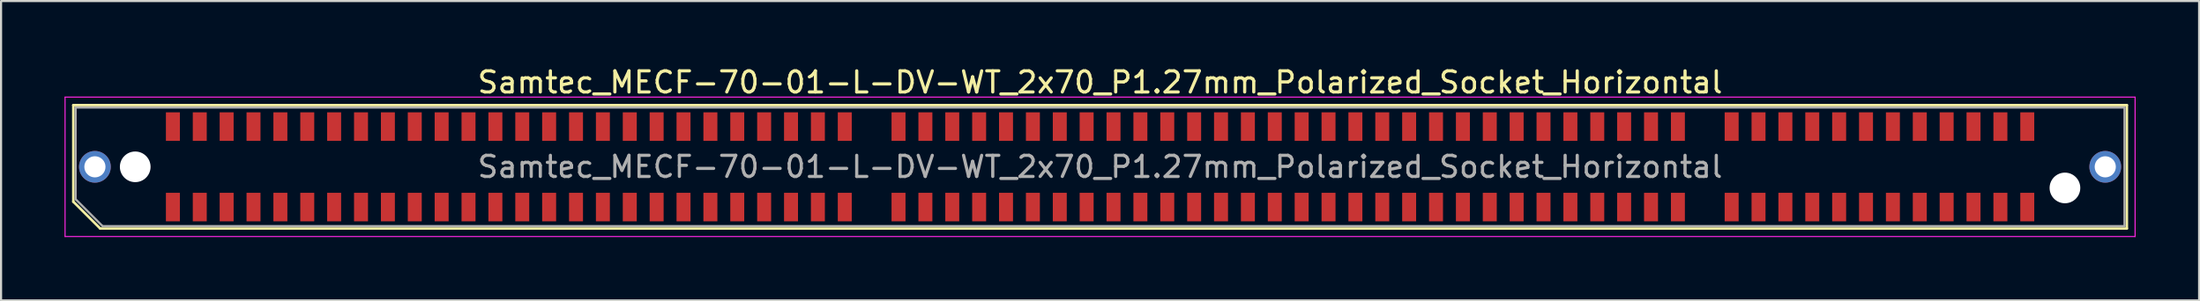
<source format=kicad_pcb>
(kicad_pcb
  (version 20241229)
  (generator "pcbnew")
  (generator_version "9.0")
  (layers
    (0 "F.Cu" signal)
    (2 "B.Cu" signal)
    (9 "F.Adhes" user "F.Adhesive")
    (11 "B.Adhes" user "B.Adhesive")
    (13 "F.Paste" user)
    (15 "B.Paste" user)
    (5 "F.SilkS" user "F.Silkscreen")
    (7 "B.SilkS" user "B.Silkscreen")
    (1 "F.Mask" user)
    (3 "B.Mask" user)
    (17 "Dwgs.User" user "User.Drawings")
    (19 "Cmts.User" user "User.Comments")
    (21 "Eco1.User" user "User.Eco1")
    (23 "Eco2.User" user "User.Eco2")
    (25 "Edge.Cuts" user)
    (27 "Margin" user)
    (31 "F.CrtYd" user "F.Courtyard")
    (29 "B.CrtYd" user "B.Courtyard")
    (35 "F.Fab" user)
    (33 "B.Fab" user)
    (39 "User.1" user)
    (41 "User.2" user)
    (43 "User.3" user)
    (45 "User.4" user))
  (footprint "Samtec_MECF-70-01-L-DV-WT_2x70_P1.27mm_Polarized_Socket_Horizontal"
    (layer "F.Cu")
    (at 48.935 4.848)
    (property "Reference" "Samtec_MECF-70-01-L-DV-WT_2x70_P1.27mm_Polarized_Socket_Horizontal" (at 0 -4 0) (layer "F.SilkS") (effects (font (size 1 1) (thickness 0.15))))
    (attr smd)
    (fp_line (start -48.52 -2.92) (end 48.52 -2.92) (stroke (width 0.12) (type solid)) (layer "F.SilkS"))
    (fp_line (start -48.52 1.65) (end -48.52 -2.92) (stroke (width 0.12) (type solid)) (layer "F.SilkS"))
    (fp_line (start -47.25 2.92) (end -48.52 1.65) (stroke (width 0.12) (type solid)) (layer "F.SilkS"))
    (fp_line (start -47.25 2.92) (end 48.52 2.92) (stroke (width 0.12) (type solid)) (layer "F.SilkS"))
    (fp_line (start 48.52 2.92) (end 48.52 -2.92) (stroke (width 0.12) (type solid)) (layer "F.SilkS"))
    (fp_line (start -48.91 -3.3) (end -48.91 3.3) (stroke (width 0.05) (type solid)) (layer "F.CrtYd"))
    (fp_line (start -48.91 3.3) (end 48.91 3.3) (stroke (width 0.05) (type solid)) (layer "F.CrtYd"))
    (fp_line (start 48.91 -3.3) (end -48.91 -3.3) (stroke (width 0.05) (type solid)) (layer "F.CrtYd"))
    (fp_line (start 48.91 3.3) (end 48.91 -3.3) (stroke (width 0.05) (type solid)) (layer "F.CrtYd"))
    (fp_line (start -48.41 -2.805) (end 48.41 -2.805) (stroke (width 0.1) (type solid)) (layer "F.Fab"))
    (fp_line (start -48.41 1.535) (end -48.41 -2.805) (stroke (width 0.1) (type solid)) (layer "F.Fab"))
    (fp_line (start -48.41 1.535) (end -47.14 2.805) (stroke (width 0.1) (type solid)) (layer "F.Fab"))
    (fp_line (start -47.14 2.805) (end 48.41 2.805) (stroke (width 0.1) (type solid)) (layer "F.Fab"))
    (fp_line (start 48.41 2.805) (end 48.41 -2.805) (stroke (width 0.1) (type solid)) (layer "F.Fab"))
    (fp_text user "${REFERENCE}" (at 0 0 0) (layer "F.Fab") (effects (font (size 1 1) (thickness 0.15))))
    (pad "" thru_hole circle (at -47.5 0) (size 1.5 1.5) (drill 1) (layers "*.Cu" "*.Mask"))
    (pad "" np_thru_hole circle (at -45.595 0) (size 1.45 1.45) (drill 1.45) (layers "*.Cu" "*.Mask"))
    (pad "" np_thru_hole circle (at 45.595 1) (size 1.45 1.45) (drill 1.45) (layers "*.Cu" "*.Mask"))
    (pad "" thru_hole circle (at 47.5 0) (size 1.5 1.5) (drill 1) (layers "*.Cu" "*.Mask"))
    (pad "1" smd rect (at -43.815 1.905) (size 0.66 1.35) (layers "F.Cu" "F.Mask" "F.Paste"))
    (pad "2" smd rect (at -43.815 -1.905) (size 0.66 1.35) (layers "F.Cu" "F.Mask" "F.Paste"))
    (pad "3" smd rect (at -42.545 1.905) (size 0.66 1.35) (layers "F.Cu" "F.Mask" "F.Paste"))
    (pad "4" smd rect (at -42.545 -1.905) (size 0.66 1.35) (layers "F.Cu" "F.Mask" "F.Paste"))
    (pad "5" smd rect (at -41.275 1.905) (size 0.66 1.35) (layers "F.Cu" "F.Mask" "F.Paste"))
    (pad "6" smd rect (at -41.275 -1.905) (size 0.66 1.35) (layers "F.Cu" "F.Mask" "F.Paste"))
    (pad "7" smd rect (at -40.005 1.905) (size 0.66 1.35) (layers "F.Cu" "F.Mask" "F.Paste"))
    (pad "8" smd rect (at -40.005 -1.905) (size 0.66 1.35) (layers "F.Cu" "F.Mask" "F.Paste"))
    (pad "9" smd rect (at -38.735 1.905) (size 0.66 1.35) (layers "F.Cu" "F.Mask" "F.Paste"))
    (pad "10" smd rect (at -38.735 -1.905) (size 0.66 1.35) (layers "F.Cu" "F.Mask" "F.Paste"))
    (pad "11" smd rect (at -37.465 1.905) (size 0.66 1.35) (layers "F.Cu" "F.Mask" "F.Paste"))
    (pad "12" smd rect (at -37.465 -1.905) (size 0.66 1.35) (layers "F.Cu" "F.Mask" "F.Paste"))
    (pad "13" smd rect (at -36.195 1.905) (size 0.66 1.35) (layers "F.Cu" "F.Mask" "F.Paste"))
    (pad "14" smd rect (at -36.195 -1.905) (size 0.66 1.35) (layers "F.Cu" "F.Mask" "F.Paste"))
    (pad "15" smd rect (at -34.925 1.905) (size 0.66 1.35) (layers "F.Cu" "F.Mask" "F.Paste"))
    (pad "16" smd rect (at -34.925 -1.905) (size 0.66 1.35) (layers "F.Cu" "F.Mask" "F.Paste"))
    (pad "17" smd rect (at -33.655 1.905) (size 0.66 1.35) (layers "F.Cu" "F.Mask" "F.Paste"))
    (pad "18" smd rect (at -33.655 -1.905) (size 0.66 1.35) (layers "F.Cu" "F.Mask" "F.Paste"))
    (pad "19" smd rect (at -32.385 1.905) (size 0.66 1.35) (layers "F.Cu" "F.Mask" "F.Paste"))
    (pad "20" smd rect (at -32.385 -1.905) (size 0.66 1.35) (layers "F.Cu" "F.Mask" "F.Paste"))
    (pad "21" smd rect (at -31.115 1.905) (size 0.66 1.35) (layers "F.Cu" "F.Mask" "F.Paste"))
    (pad "22" smd rect (at -31.115 -1.905) (size 0.66 1.35) (layers "F.Cu" "F.Mask" "F.Paste"))
    (pad "23" smd rect (at -29.845 1.905) (size 0.66 1.35) (layers "F.Cu" "F.Mask" "F.Paste"))
    (pad "24" smd rect (at -29.845 -1.905) (size 0.66 1.35) (layers "F.Cu" "F.Mask" "F.Paste"))
    (pad "25" smd rect (at -28.575 1.905) (size 0.66 1.35) (layers "F.Cu" "F.Mask" "F.Paste"))
    (pad "26" smd rect (at -28.575 -1.905) (size 0.66 1.35) (layers "F.Cu" "F.Mask" "F.Paste"))
    (pad "27" smd rect (at -27.305 1.905) (size 0.66 1.35) (layers "F.Cu" "F.Mask" "F.Paste"))
    (pad "28" smd rect (at -27.305 -1.905) (size 0.66 1.35) (layers "F.Cu" "F.Mask" "F.Paste"))
    (pad "29" smd rect (at -26.035 1.905) (size 0.66 1.35) (layers "F.Cu" "F.Mask" "F.Paste"))
    (pad "30" smd rect (at -26.035 -1.905) (size 0.66 1.35) (layers "F.Cu" "F.Mask" "F.Paste"))
    (pad "31" smd rect (at -24.765 1.905) (size 0.66 1.35) (layers "F.Cu" "F.Mask" "F.Paste"))
    (pad "32" smd rect (at -24.765 -1.905) (size 0.66 1.35) (layers "F.Cu" "F.Mask" "F.Paste"))
    (pad "33" smd rect (at -23.495 1.905) (size 0.66 1.35) (layers "F.Cu" "F.Mask" "F.Paste"))
    (pad "34" smd rect (at -23.495 -1.905) (size 0.66 1.35) (layers "F.Cu" "F.Mask" "F.Paste"))
    (pad "35" smd rect (at -22.225 1.905) (size 0.66 1.35) (layers "F.Cu" "F.Mask" "F.Paste"))
    (pad "36" smd rect (at -22.225 -1.905) (size 0.66 1.35) (layers "F.Cu" "F.Mask" "F.Paste"))
    (pad "37" smd rect (at -20.955 1.905) (size 0.66 1.35) (layers "F.Cu" "F.Mask" "F.Paste"))
    (pad "38" smd rect (at -20.955 -1.905) (size 0.66 1.35) (layers "F.Cu" "F.Mask" "F.Paste"))
    (pad "39" smd rect (at -19.685 1.905) (size 0.66 1.35) (layers "F.Cu" "F.Mask" "F.Paste"))
    (pad "40" smd rect (at -19.685 -1.905) (size 0.66 1.35) (layers "F.Cu" "F.Mask" "F.Paste"))
    (pad "41" smd rect (at -18.415 1.905) (size 0.66 1.35) (layers "F.Cu" "F.Mask" "F.Paste"))
    (pad "42" smd rect (at -18.415 -1.905) (size 0.66 1.35) (layers "F.Cu" "F.Mask" "F.Paste"))
    (pad "43" smd rect (at -17.145 1.905) (size 0.66 1.35) (layers "F.Cu" "F.Mask" "F.Paste"))
    (pad "44" smd rect (at -17.145 -1.905) (size 0.66 1.35) (layers "F.Cu" "F.Mask" "F.Paste"))
    (pad "45" smd rect (at -15.875 1.905) (size 0.66 1.35) (layers "F.Cu" "F.Mask" "F.Paste"))
    (pad "46" smd rect (at -15.875 -1.905) (size 0.66 1.35) (layers "F.Cu" "F.Mask" "F.Paste"))
    (pad "47" smd rect (at -14.605 1.905) (size 0.66 1.35) (layers "F.Cu" "F.Mask" "F.Paste"))
    (pad "48" smd rect (at -14.605 -1.905) (size 0.66 1.35) (layers "F.Cu" "F.Mask" "F.Paste"))
    (pad "49" smd rect (at -13.335 1.905) (size 0.66 1.35) (layers "F.Cu" "F.Mask" "F.Paste"))
    (pad "50" smd rect (at -13.335 -1.905) (size 0.66 1.35) (layers "F.Cu" "F.Mask" "F.Paste"))
    (pad "51" smd rect (at -12.065 1.905) (size 0.66 1.35) (layers "F.Cu" "F.Mask" "F.Paste"))
    (pad "52" smd rect (at -12.065 -1.905) (size 0.66 1.35) (layers "F.Cu" "F.Mask" "F.Paste"))
    (pad "55" smd rect (at -9.525 1.905) (size 0.66 1.35) (layers "F.Cu" "F.Mask" "F.Paste"))
    (pad "56" smd rect (at -9.525 -1.905) (size 0.66 1.35) (layers "F.Cu" "F.Mask" "F.Paste"))
    (pad "57" smd rect (at -8.255 1.905) (size 0.66 1.35) (layers "F.Cu" "F.Mask" "F.Paste"))
    (pad "58" smd rect (at -8.255 -1.905) (size 0.66 1.35) (layers "F.Cu" "F.Mask" "F.Paste"))
    (pad "59" smd rect (at -6.985 1.905) (size 0.66 1.35) (layers "F.Cu" "F.Mask" "F.Paste"))
    (pad "60" smd rect (at -6.985 -1.905) (size 0.66 1.35) (layers "F.Cu" "F.Mask" "F.Paste"))
    (pad "61" smd rect (at -5.715 1.905) (size 0.66 1.35) (layers "F.Cu" "F.Mask" "F.Paste"))
    (pad "62" smd rect (at -5.715 -1.905) (size 0.66 1.35) (layers "F.Cu" "F.Mask" "F.Paste"))
    (pad "63" smd rect (at -4.445 1.905) (size 0.66 1.35) (layers "F.Cu" "F.Mask" "F.Paste"))
    (pad "64" smd rect (at -4.445 -1.905) (size 0.66 1.35) (layers "F.Cu" "F.Mask" "F.Paste"))
    (pad "65" smd rect (at -3.175 1.905) (size 0.66 1.35) (layers "F.Cu" "F.Mask" "F.Paste"))
    (pad "66" smd rect (at -3.175 -1.905) (size 0.66 1.35) (layers "F.Cu" "F.Mask" "F.Paste"))
    (pad "67" smd rect (at -1.905 1.905) (size 0.66 1.35) (layers "F.Cu" "F.Mask" "F.Paste"))
    (pad "68" smd rect (at -1.905 -1.905) (size 0.66 1.35) (layers "F.Cu" "F.Mask" "F.Paste"))
    (pad "69" smd rect (at -0.635 1.905) (size 0.66 1.35) (layers "F.Cu" "F.Mask" "F.Paste"))
    (pad "70" smd rect (at -0.635 -1.905) (size 0.66 1.35) (layers "F.Cu" "F.Mask" "F.Paste"))
    (pad "71" smd rect (at 0.635 1.905) (size 0.66 1.35) (layers "F.Cu" "F.Mask" "F.Paste"))
    (pad "72" smd rect (at 0.635 -1.905) (size 0.66 1.35) (layers "F.Cu" "F.Mask" "F.Paste"))
    (pad "73" smd rect (at 1.905 1.905) (size 0.66 1.35) (layers "F.Cu" "F.Mask" "F.Paste"))
    (pad "74" smd rect (at 1.905 -1.905) (size 0.66 1.35) (layers "F.Cu" "F.Mask" "F.Paste"))
    (pad "75" smd rect (at 3.175 1.905) (size 0.66 1.35) (layers "F.Cu" "F.Mask" "F.Paste"))
    (pad "76" smd rect (at 3.175 -1.905) (size 0.66 1.35) (layers "F.Cu" "F.Mask" "F.Paste"))
    (pad "77" smd rect (at 4.445 1.905) (size 0.66 1.35) (layers "F.Cu" "F.Mask" "F.Paste"))
    (pad "78" smd rect (at 4.445 -1.905) (size 0.66 1.35) (layers "F.Cu" "F.Mask" "F.Paste"))
    (pad "79" smd rect (at 5.715 1.905) (size 0.66 1.35) (layers "F.Cu" "F.Mask" "F.Paste"))
    (pad "80" smd rect (at 5.715 -1.905) (size 0.66 1.35) (layers "F.Cu" "F.Mask" "F.Paste"))
    (pad "81" smd rect (at 6.985 1.905) (size 0.66 1.35) (layers "F.Cu" "F.Mask" "F.Paste"))
    (pad "82" smd rect (at 6.985 -1.905) (size 0.66 1.35) (layers "F.Cu" "F.Mask" "F.Paste"))
    (pad "83" smd rect (at 8.255 1.905) (size 0.66 1.35) (layers "F.Cu" "F.Mask" "F.Paste"))
    (pad "84" smd rect (at 8.255 -1.905) (size 0.66 1.35) (layers "F.Cu" "F.Mask" "F.Paste"))
    (pad "85" smd rect (at 9.525 1.905) (size 0.66 1.35) (layers "F.Cu" "F.Mask" "F.Paste"))
    (pad "86" smd rect (at 9.525 -1.905) (size 0.66 1.35) (layers "F.Cu" "F.Mask" "F.Paste"))
    (pad "87" smd rect (at 10.795 1.905) (size 0.66 1.35) (layers "F.Cu" "F.Mask" "F.Paste"))
    (pad "88" smd rect (at 10.795 -1.905) (size 0.66 1.35) (layers "F.Cu" "F.Mask" "F.Paste"))
    (pad "89" smd rect (at 12.065 1.905) (size 0.66 1.35) (layers "F.Cu" "F.Mask" "F.Paste"))
    (pad "90" smd rect (at 12.065 -1.905) (size 0.66 1.35) (layers "F.Cu" "F.Mask" "F.Paste"))
    (pad "91" smd rect (at 13.335 1.905) (size 0.66 1.35) (layers "F.Cu" "F.Mask" "F.Paste"))
    (pad "92" smd rect (at 13.335 -1.905) (size 0.66 1.35) (layers "F.Cu" "F.Mask" "F.Paste"))
    (pad "93" smd rect (at 14.605 1.905) (size 0.66 1.35) (layers "F.Cu" "F.Mask" "F.Paste"))
    (pad "94" smd rect (at 14.605 -1.905) (size 0.66 1.35) (layers "F.Cu" "F.Mask" "F.Paste"))
    (pad "95" smd rect (at 15.875 1.905) (size 0.66 1.35) (layers "F.Cu" "F.Mask" "F.Paste"))
    (pad "96" smd rect (at 15.875 -1.905) (size 0.66 1.35) (layers "F.Cu" "F.Mask" "F.Paste"))
    (pad "97" smd rect (at 17.145 1.905) (size 0.66 1.35) (layers "F.Cu" "F.Mask" "F.Paste"))
    (pad "98" smd rect (at 17.145 -1.905) (size 0.66 1.35) (layers "F.Cu" "F.Mask" "F.Paste"))
    (pad "99" smd rect (at 18.415 1.905) (size 0.66 1.35) (layers "F.Cu" "F.Mask" "F.Paste"))
    (pad "100" smd rect (at 18.415 -1.905) (size 0.66 1.35) (layers "F.Cu" "F.Mask" "F.Paste"))
    (pad "101" smd rect (at 19.685 1.905) (size 0.66 1.35) (layers "F.Cu" "F.Mask" "F.Paste"))
    (pad "102" smd rect (at 19.685 -1.905) (size 0.66 1.35) (layers "F.Cu" "F.Mask" "F.Paste"))
    (pad "103" smd rect (at 20.955 1.905) (size 0.66 1.35) (layers "F.Cu" "F.Mask" "F.Paste"))
    (pad "104" smd rect (at 20.955 -1.905) (size 0.66 1.35) (layers "F.Cu" "F.Mask" "F.Paste"))
    (pad "105" smd rect (at 22.225 1.905) (size 0.66 1.35) (layers "F.Cu" "F.Mask" "F.Paste"))
    (pad "106" smd rect (at 22.225 -1.905) (size 0.66 1.35) (layers "F.Cu" "F.Mask" "F.Paste"))
    (pad "107" smd rect (at 23.495 1.905) (size 0.66 1.35) (layers "F.Cu" "F.Mask" "F.Paste"))
    (pad "108" smd rect (at 23.495 -1.905) (size 0.66 1.35) (layers "F.Cu" "F.Mask" "F.Paste"))
    (pad "109" smd rect (at 24.765 1.905) (size 0.66 1.35) (layers "F.Cu" "F.Mask" "F.Paste"))
    (pad "110" smd rect (at 24.765 -1.905) (size 0.66 1.35) (layers "F.Cu" "F.Mask" "F.Paste"))
    (pad "111" smd rect (at 26.035 1.905) (size 0.66 1.35) (layers "F.Cu" "F.Mask" "F.Paste"))
    (pad "112" smd rect (at 26.035 -1.905) (size 0.66 1.35) (layers "F.Cu" "F.Mask" "F.Paste"))
    (pad "113" smd rect (at 27.305 1.905) (size 0.66 1.35) (layers "F.Cu" "F.Mask" "F.Paste"))
    (pad "114" smd rect (at 27.305 -1.905) (size 0.66 1.35) (layers "F.Cu" "F.Mask" "F.Paste"))
    (pad "117" smd rect (at 29.845 1.905) (size 0.66 1.35) (layers "F.Cu" "F.Mask" "F.Paste"))
    (pad "118" smd rect (at 29.845 -1.905) (size 0.66 1.35) (layers "F.Cu" "F.Mask" "F.Paste"))
    (pad "119" smd rect (at 31.115 1.905) (size 0.66 1.35) (layers "F.Cu" "F.Mask" "F.Paste"))
    (pad "120" smd rect (at 31.115 -1.905) (size 0.66 1.35) (layers "F.Cu" "F.Mask" "F.Paste"))
    (pad "121" smd rect (at 32.385 1.905) (size 0.66 1.35) (layers "F.Cu" "F.Mask" "F.Paste"))
    (pad "122" smd rect (at 32.385 -1.905) (size 0.66 1.35) (layers "F.Cu" "F.Mask" "F.Paste"))
    (pad "123" smd rect (at 33.655 1.905) (size 0.66 1.35) (layers "F.Cu" "F.Mask" "F.Paste"))
    (pad "124" smd rect (at 33.655 -1.905) (size 0.66 1.35) (layers "F.Cu" "F.Mask" "F.Paste"))
    (pad "125" smd rect (at 34.925 1.905) (size 0.66 1.35) (layers "F.Cu" "F.Mask" "F.Paste"))
    (pad "126" smd rect (at 34.925 -1.905) (size 0.66 1.35) (layers "F.Cu" "F.Mask" "F.Paste"))
    (pad "127" smd rect (at 36.195 1.905) (size 0.66 1.35) (layers "F.Cu" "F.Mask" "F.Paste"))
    (pad "128" smd rect (at 36.195 -1.905) (size 0.66 1.35) (layers "F.Cu" "F.Mask" "F.Paste"))
    (pad "129" smd rect (at 37.465 1.905) (size 0.66 1.35) (layers "F.Cu" "F.Mask" "F.Paste"))
    (pad "130" smd rect (at 37.465 -1.905) (size 0.66 1.35) (layers "F.Cu" "F.Mask" "F.Paste"))
    (pad "131" smd rect (at 38.735 1.905) (size 0.66 1.35) (layers "F.Cu" "F.Mask" "F.Paste"))
    (pad "132" smd rect (at 38.735 -1.905) (size 0.66 1.35) (layers "F.Cu" "F.Mask" "F.Paste"))
    (pad "133" smd rect (at 40.005 1.905) (size 0.66 1.35) (layers "F.Cu" "F.Mask" "F.Paste"))
    (pad "134" smd rect (at 40.005 -1.905) (size 0.66 1.35) (layers "F.Cu" "F.Mask" "F.Paste"))
    (pad "135" smd rect (at 41.275 1.905) (size 0.66 1.35) (layers "F.Cu" "F.Mask" "F.Paste"))
    (pad "136" smd rect (at 41.275 -1.905) (size 0.66 1.35) (layers "F.Cu" "F.Mask" "F.Paste"))
    (pad "137" smd rect (at 42.545 1.905) (size 0.66 1.35) (layers "F.Cu" "F.Mask" "F.Paste"))
    (pad "138" smd rect (at 42.545 -1.905) (size 0.66 1.35) (layers "F.Cu" "F.Mask" "F.Paste"))
    (pad "139" smd rect (at 43.815 1.905) (size 0.66 1.35) (layers "F.Cu" "F.Mask" "F.Paste"))
    (pad "140" smd rect (at 43.815 -1.905) (size 0.66 1.35) (layers "F.Cu" "F.Mask" "F.Paste")))
  (gr_rect
    (start -3 -3)
    (end 100.87 11.173)
    (stroke (width 0.1) (type default))
    (fill no)
    (layer "Edge.Cuts")))
</source>
